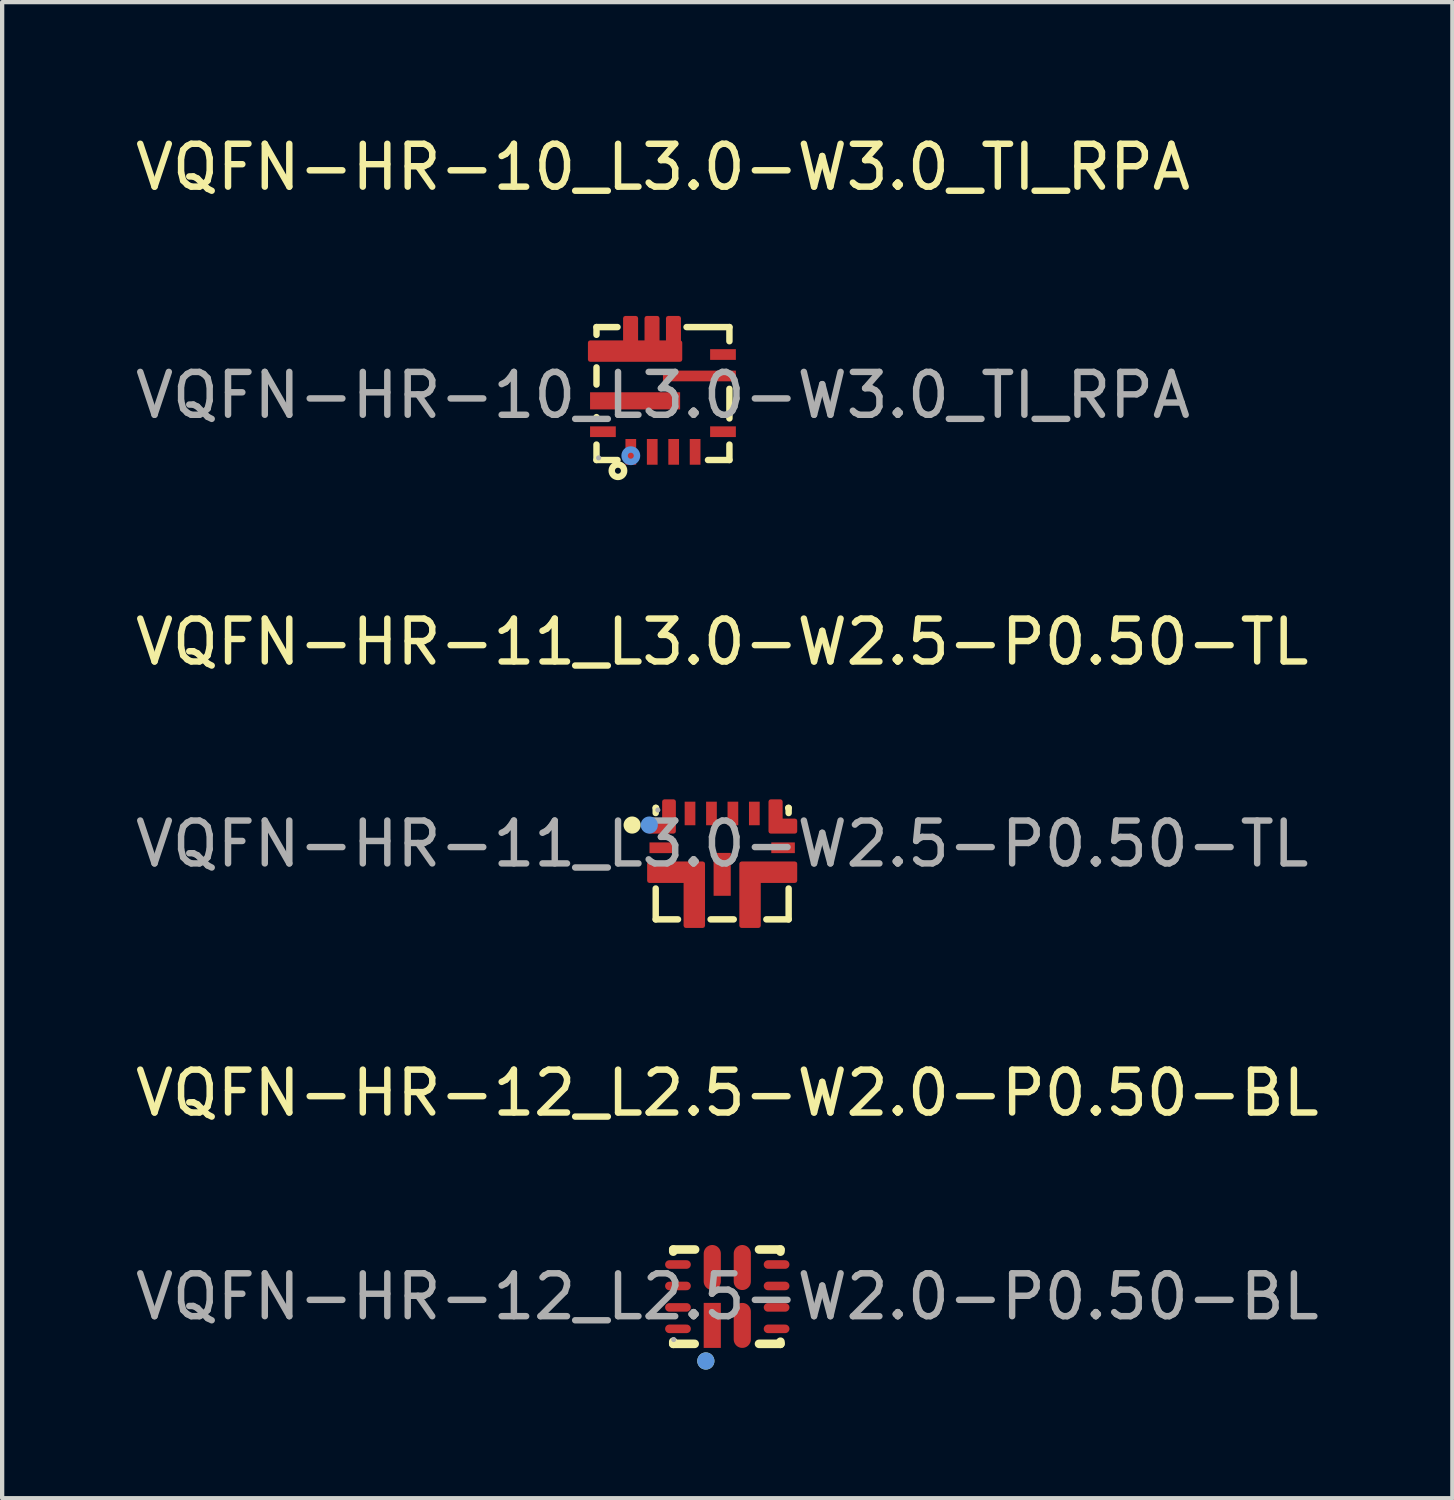
<source format=kicad_pcb>
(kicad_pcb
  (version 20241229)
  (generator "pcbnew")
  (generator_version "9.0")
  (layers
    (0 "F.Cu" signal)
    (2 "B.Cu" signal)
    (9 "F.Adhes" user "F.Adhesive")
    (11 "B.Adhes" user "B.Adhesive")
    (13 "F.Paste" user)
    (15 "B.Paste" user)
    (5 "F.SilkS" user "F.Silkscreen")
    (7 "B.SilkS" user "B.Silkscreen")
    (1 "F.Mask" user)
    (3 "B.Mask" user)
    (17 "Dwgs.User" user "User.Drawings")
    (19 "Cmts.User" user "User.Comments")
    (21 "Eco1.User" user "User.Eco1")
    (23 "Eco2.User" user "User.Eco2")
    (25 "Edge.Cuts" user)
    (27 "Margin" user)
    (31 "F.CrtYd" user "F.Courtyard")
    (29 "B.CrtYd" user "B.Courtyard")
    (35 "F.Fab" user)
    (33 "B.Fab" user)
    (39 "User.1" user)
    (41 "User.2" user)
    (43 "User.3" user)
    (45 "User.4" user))
  (footprint "VQFN-HR-11_L3.0-W2.5-P0.50-TL"
    (layer "F.Cu")
    (at 13.792 16.631)
    (property "Reference" "VQFN-HR-11_L3.0-W2.5-P0.50-TL" (at 0 -4.71 0) (layer "F.SilkS") (effects (font (size 1 1) (thickness 0.15))))
    (attr smd)
    (fp_line (start -1.55 -0.84) (end -1.54 -0.84) (stroke (width 0.15) (type solid)) (layer "F.SilkS"))
    (fp_line (start -1.55 -0.72) (end -1.55 -0.84) (stroke (width 0.15) (type solid)) (layer "F.SilkS"))
    (fp_line (start -1.55 1.76) (end -1.55 1.04) (stroke (width 0.15) (type solid)) (layer "F.SilkS"))
    (fp_line (start -1.03 1.76) (end -1.55 1.76) (stroke (width 0.15) (type solid)) (layer "F.SilkS"))
    (fp_line (start 0.27 1.76) (end -0.27 1.76) (stroke (width 0.15) (type solid)) (layer "F.SilkS"))
    (fp_line (start 1.54 -0.84) (end 1.55 -0.84) (stroke (width 0.15) (type solid)) (layer "F.SilkS"))
    (fp_line (start 1.55 -0.84) (end 1.55 -0.72) (stroke (width 0.15) (type solid)) (layer "F.SilkS"))
    (fp_line (start 1.55 1.04) (end 1.55 1.76) (stroke (width 0.15) (type solid)) (layer "F.SilkS"))
    (fp_line (start 1.55 1.76) (end 1.03 1.76) (stroke (width 0.15) (type solid)) (layer "F.SilkS"))
    (fp_circle (center -2.1 -0.44) (end -2 -0.44) (stroke (width 0.2) (type solid)) (fill no) (layer "F.SilkS"))
    (fp_circle (center -1.7 -0.44) (end -1.6 -0.44) (stroke (width 0.2) (type solid)) (fill no) (layer "Cmts.User"))
    (fp_circle (center -1.5 -0.79) (end -1.47 -0.79) (stroke (width 0.06) (type solid)) (fill no) (layer "F.Fab"))
    (fp_text user "${REFERENCE}" (at 0 0 0) (layer "F.Fab") (effects (font (size 1 1) (thickness 0.15))))
    (pad "1" smd custom (at -1.41 -0.41) (size 0.01 0.01) (layers "F.Cu" "F.Mask" "F.Paste") (options (anchor circle)) (primitives (gr_poly (pts (xy -0.29 0.12) (xy 0.28 0.12) (xy 0.28 -0.58) (xy 0.06 -0.58) (xy 0.06 -0.13) (xy -0.29 -0.13)) (width 0.1) (fill yes))))
    (pad "2" smd rect (at -1.42 0.09) (size 0.55 0.25) (layers "F.Cu" "F.Mask" "F.Paste"))
    (pad "3" smd custom (at -1.08 0.66) (size 0.01 0.01) (layers "F.Cu" "F.Mask" "F.Paste") (options (anchor circle)) (primitives (gr_poly (pts (xy -0.62 -0.2) (xy 0.63 -0.2) (xy 0.63 1.25) (xy 0.23 1.25) (xy 0.23 0.2) (xy -0.62 0.2)) (width 0.1) (fill yes))))
    (pad "4" smd rect (at 0 0.71) (size 0.4 1) (layers "F.Cu" "F.Mask" "F.Paste"))
    (pad "5" smd custom (at 1.08 0.66) (size 0.01 0.01) (layers "F.Cu" "F.Mask" "F.Paste") (options (anchor circle)) (primitives (gr_poly (pts (xy 0.62 -0.2) (xy -0.63 -0.2) (xy -0.63 1.25) (xy -0.23 1.25) (xy -0.23 0.2) (xy 0.62 0.2)) (width 0.1) (fill yes))))
    (pad "6" smd rect (at 1.42 0.09) (size 0.55 0.25) (layers "F.Cu" "F.Mask" "F.Paste"))
    (pad "7" smd custom (at 1.42 -0.41) (size 0.01 0.01) (layers "F.Cu" "F.Mask" "F.Paste") (options (anchor circle)) (primitives (gr_poly (pts (xy 0.28 0.12) (xy -0.29 0.12) (xy -0.29 -0.58) (xy -0.06 -0.58) (xy -0.06 -0.13) (xy 0.28 -0.13)) (width 0.1) (fill yes))))
    (pad "8" smd rect (at 0.75 -0.71) (size 0.25 0.55) (layers "F.Cu" "F.Mask" "F.Paste"))
    (pad "9" smd rect (at 0.25 -0.71) (size 0.25 0.55) (layers "F.Cu" "F.Mask" "F.Paste"))
    (pad "10" smd rect (at -0.25 -0.71) (size 0.25 0.55) (layers "F.Cu" "F.Mask" "F.Paste"))
    (pad "11" smd rect (at -0.75 -0.71) (size 0.25 0.55) (layers "F.Cu" "F.Mask" "F.Paste")))
  (footprint "VQFN-HR-10_L3.0-W3.0_TI_RPA"
    (layer "F.Cu")
    (at 12.411 6.168)
    (property "Reference" "VQFN-HR-10_L3.0-W3.0_TI_RPA" (at 0 -5.32 0) (layer "F.SilkS") (effects (font (size 1 1) (thickness 0.15))))
    (attr smd)
    (fp_line (start -1.55 -1.59) (end -1.55 -1.41) (stroke (width 0.15) (type solid)) (layer "F.SilkS"))
    (fp_line (start -1.55 -0.65) (end -1.55 -0.25) (stroke (width 0.15) (type solid)) (layer "F.SilkS"))
    (fp_line (start -1.55 0.51) (end -1.55 0.54) (stroke (width 0.15) (type solid)) (layer "F.SilkS"))
    (fp_line (start -1.55 1.15) (end -1.55 1.51) (stroke (width 0.15) (type solid)) (layer "F.SilkS"))
    (fp_line (start -1.55 1.51) (end -1.06 1.51) (stroke (width 0.15) (type solid)) (layer "F.SilkS"))
    (fp_line (start -1.06 -1.59) (end -1.55 -1.59) (stroke (width 0.15) (type solid)) (layer "F.SilkS"))
    (fp_line (start 1.05 1.51) (end 1.55 1.51) (stroke (width 0.15) (type solid)) (layer "F.SilkS"))
    (fp_line (start 1.55 -1.59) (end 0.55 -1.59) (stroke (width 0.15) (type solid)) (layer "F.SilkS"))
    (fp_line (start 1.55 -1.26) (end 1.55 -1.59) (stroke (width 0.15) (type solid)) (layer "F.SilkS"))
    (fp_line (start 1.55 0.54) (end 1.55 -0.15) (stroke (width 0.15) (type solid)) (layer "F.SilkS"))
    (fp_line (start 1.55 1.51) (end 1.55 1.15) (stroke (width 0.15) (type solid)) (layer "F.SilkS"))
    (fp_circle (center -1.05 1.76) (end -0.98 1.76) (stroke (width 0.15) (type solid)) (fill no) (layer "F.SilkS"))
    (fp_circle (center -0.75 1.41) (end -0.68 1.41) (stroke (width 0.15) (type solid)) (fill no) (layer "Cmts.User"))
    (fp_circle (center -1.5 1.46) (end -1.47 1.46) (stroke (width 0.06) (type solid)) (fill no) (layer "F.Fab"))
    (fp_text user "${REFERENCE}" (at 0 0 0) (layer "F.Fab") (effects (font (size 1 1) (thickness 0.15))))
    (pad "1" smd rect (at -0.75 1.32 90) (size 0.6 0.25) (layers "F.Cu" "F.Mask" "F.Paste"))
    (pad "2" smd rect (at -0.25 1.32 90) (size 0.6 0.25) (layers "F.Cu" "F.Mask" "F.Paste"))
    (pad "3" smd rect (at 0.25 1.32 90) (size 0.6 0.25) (layers "F.Cu" "F.Mask" "F.Paste"))
    (pad "4" smd rect (at 0.75 1.32 90) (size 0.6 0.25) (layers "F.Cu" "F.Mask" "F.Paste"))
    (pad "5" smd rect (at 1.4 0.85) (size 0.6 0.25) (layers "F.Cu" "F.Mask" "F.Paste"))
    (pad "6" smd rect (at 0.85 -0.45 90) (size 0.25 1.7) (layers "F.Cu" "F.Mask" "F.Paste"))
    (pad "7" smd rect (at 1.4 -0.95) (size 0.6 0.25) (layers "F.Cu" "F.Mask" "F.Paste"))
    (pad "8" smd custom (at -0.65 -1.32) (size 0.01 0.01) (layers "F.Cu" "F.Mask" "F.Paste") (options (anchor circle)) (primitives (gr_poly (pts (xy 1.02 0.09) (xy 1.02 -0.48) (xy 0.77 -0.48) (xy 0.77 0.09) (xy 0.52 0.09) (xy 0.52 -0.48) (xy 0.27 -0.48) (xy 0.27 0.09) (xy 0.02 0.09) (xy 0.02 -0.48) (xy -0.23 -0.48) (xy -0.23 0.09) (xy -1.05 0.09) (xy -1.05 0.49) (xy 1.05 0.49) (xy 1.05 0.09) (xy 1.02 0.09)) (width 0.1) (fill yes))))
    (pad "9" smd rect (at -0.65 0.13 90) (size 0.4 2.1) (layers "F.Cu" "F.Mask" "F.Paste"))
    (pad "10" smd rect (at -1.4 0.85) (size 0.6 0.25) (layers "F.Cu" "F.Mask" "F.Paste")))
  (footprint "VQFN-HR-12_L2.5-W2.0-P0.50-BL"
    (layer "F.Cu")
    (at 13.911 27.19)
    (property "Reference" "VQFN-HR-12_L2.5-W2.0-P0.50-BL" (at 0 -4.75 0) (layer "F.SilkS") (effects (font (size 1 1) (thickness 0.15))))
    (attr smd)
    (fp_line (start -1.26 -1.1) (end -0.75 -1.1) (stroke (width 0.2) (type solid)) (layer "F.SilkS"))
    (fp_line (start -1.26 -1.05) (end -1.26 -1.1) (stroke (width 0.2) (type solid)) (layer "F.SilkS"))
    (fp_line (start -1.26 1.1) (end -1.26 1.05) (stroke (width 0.2) (type solid)) (layer "F.SilkS"))
    (fp_line (start -1.26 1.1) (end -0.76 1.1) (stroke (width 0.2) (type solid)) (layer "F.SilkS"))
    (fp_line (start 0.74 -1.1) (end 1.24 -1.1) (stroke (width 0.2) (type solid)) (layer "F.SilkS"))
    (fp_line (start 0.74 1.1) (end 1.24 1.1) (stroke (width 0.2) (type solid)) (layer "F.SilkS"))
    (fp_line (start 1.24 -1.05) (end 1.24 -1.1) (stroke (width 0.2) (type solid)) (layer "F.SilkS"))
    (fp_line (start 1.24 1.1) (end 1.24 1.05) (stroke (width 0.2) (type solid)) (layer "F.SilkS"))
    (fp_circle (center -0.5 1.5) (end -0.4 1.5) (stroke (width 0.2) (type solid)) (fill no) (layer "F.SilkS"))
    (fp_circle (center -0.5 1.5) (end -0.4 1.5) (stroke (width 0.2) (type solid)) (fill no) (layer "Cmts.User"))
    (fp_circle (center -1.25 1) (end -1.22 1) (stroke (width 0.06) (type solid)) (fill no) (layer "F.Fab"))
    (fp_text user "${REFERENCE}" (at 0 0 0) (layer "F.Fab") (effects (font (size 1 1) (thickness 0.15))))
    (pad "1" smd rect (at -0.35 0.67 270) (size 1.05 0.4) (layers "F.Cu" "F.Mask" "F.Paste"))
    (pad "2" smd oval (at 0.35 0.67 270) (size 1.05 0.4) (layers "F.Cu" "F.Mask" "F.Paste"))
    (pad "3" smd oval (at 1.15 0.75) (size 0.6 0.2) (layers "F.Cu" "F.Mask" "F.Paste"))
    (pad "4" smd oval (at 1.15 0.25) (size 0.6 0.2) (layers "F.Cu" "F.Mask" "F.Paste"))
    (pad "5" smd oval (at 1.15 -0.25) (size 0.6 0.2) (layers "F.Cu" "F.Mask" "F.Paste"))
    (pad "6" smd oval (at 1.15 -0.75) (size 0.6 0.2) (layers "F.Cu" "F.Mask" "F.Paste"))
    (pad "7" smd oval (at 0.35 -0.68 270) (size 1.05 0.4) (layers "F.Cu" "F.Mask" "F.Paste"))
    (pad "8" smd oval (at -0.35 -0.68 270) (size 1.05 0.4) (layers "F.Cu" "F.Mask" "F.Paste"))
    (pad "9" smd oval (at -1.15 -0.75) (size 0.6 0.2) (layers "F.Cu" "F.Mask" "F.Paste"))
    (pad "10" smd oval (at -1.15 -0.25) (size 0.6 0.2) (layers "F.Cu" "F.Mask" "F.Paste"))
    (pad "11" smd oval (at -1.15 0.25) (size 0.6 0.2) (layers "F.Cu" "F.Mask" "F.Paste"))
    (pad "12" smd oval (at -1.15 0.75) (size 0.6 0.2) (layers "F.Cu" "F.Mask" "F.Paste")))
  (gr_rect
    (start -3 -3)
    (end 30.821 31.89)
    (stroke (width 0.1) (type default))
    (fill no)
    (layer "Edge.Cuts")))
</source>
